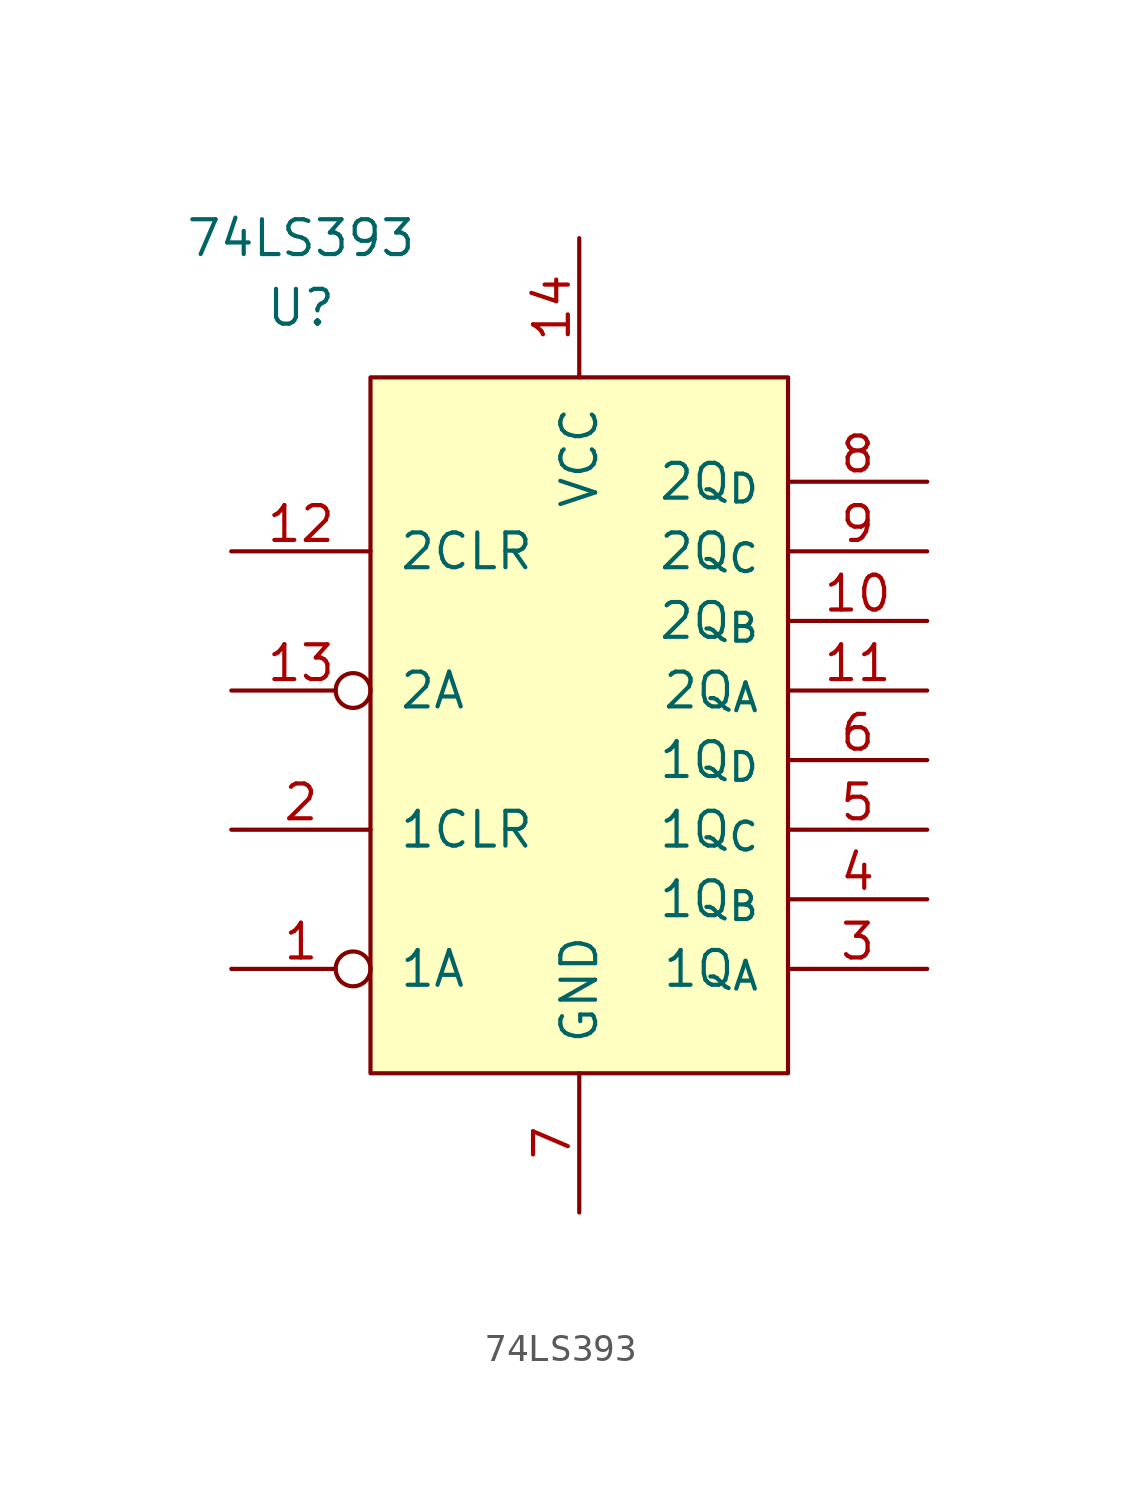
<source format=kicad_sym>
(kicad_symbol_lib
  (version 20211014)
  (generator kicad_symbol_editor)
  (symbol "74LS393"
    (pin_names
      (offset 1.016))
    (property "Reference" "U"
      (at -2.54 2.54 0)
      (effects (font (size 1.27 1.27))))
    (property "Value" "74LS393"
      (at -2.54 5.08 0)
      (effects (font (size 1.27 1.27))))
    (symbol "74LS393_0_1"
      (rectangle (start 0 0) (end 15.24 -25.4) (stroke (width 0) (type default) (color 0 0 0 0)) (fill (type background))))
    (symbol "74LS393_1_1"
      (pin input inverted (at -5.08 -21.59 0) (length 5.08) (name "1A" (effects (font (size 1.27 1.27)))) (number "1" (effects (font (size 1.27 1.27)))))
      (pin output line (at 20.32 -8.89 180) (length 5.08) (name "2Q_{B}" (effects (font (size 1.27 1.27)))) (number "10" (effects (font (size 1.27 1.27)))))
      (pin output line (at 20.32 -11.43 180) (length 5.08) (name "2Q_{A}" (effects (font (size 1.27 1.27)))) (number "11" (effects (font (size 1.27 1.27)))))
      (pin input line (at -5.08 -6.35 0) (length 5.08) (name "2CLR" (effects (font (size 1.27 1.27)))) (number "12" (effects (font (size 1.27 1.27)))))
      (pin input inverted (at -5.08 -11.43 0) (length 5.08) (name "2A" (effects (font (size 1.27 1.27)))) (number "13" (effects (font (size 1.27 1.27)))))
      (pin power_in line (at 7.62 5.08 270) (length 5.08) (name "VCC" (effects (font (size 1.27 1.27)))) (number "14" (effects (font (size 1.27 1.27)))))
      (pin input line (at -5.08 -16.51 0) (length 5.08) (name "1CLR" (effects (font (size 1.27 1.27)))) (number "2" (effects (font (size 1.27 1.27)))))
      (pin output line (at 20.32 -21.59 180) (length 5.08) (name "1Q_{A}" (effects (font (size 1.27 1.27)))) (number "3" (effects (font (size 1.27 1.27)))))
      (pin output line (at 20.32 -19.05 180) (length 5.08) (name "1Q_{B}" (effects (font (size 1.27 1.27)))) (number "4" (effects (font (size 1.27 1.27)))))
      (pin output line (at 20.32 -16.51 180) (length 5.08) (name "1Q_{C}" (effects (font (size 1.27 1.27)))) (number "5" (effects (font (size 1.27 1.27)))))
      (pin output line (at 20.32 -13.97 180) (length 5.08) (name "1Q_{D}" (effects (font (size 1.27 1.27)))) (number "6" (effects (font (size 1.27 1.27)))))
      (pin power_in line (at 7.62 -30.48 90) (length 5.08) (name "GND" (effects (font (size 1.27 1.27)))) (number "7" (effects (font (size 1.27 1.27)))))
      (pin output line (at 20.32 -3.81 180) (length 5.08) (name "2Q_{D}" (effects (font (size 1.27 1.27)))) (number "8" (effects (font (size 1.27 1.27)))))
      (pin output line (at 20.32 -6.35 180) (length 5.08) (name "2Q_{C}" (effects (font (size 1.27 1.27)))) (number "9" (effects (font (size 1.27 1.27))))))))
</source>
